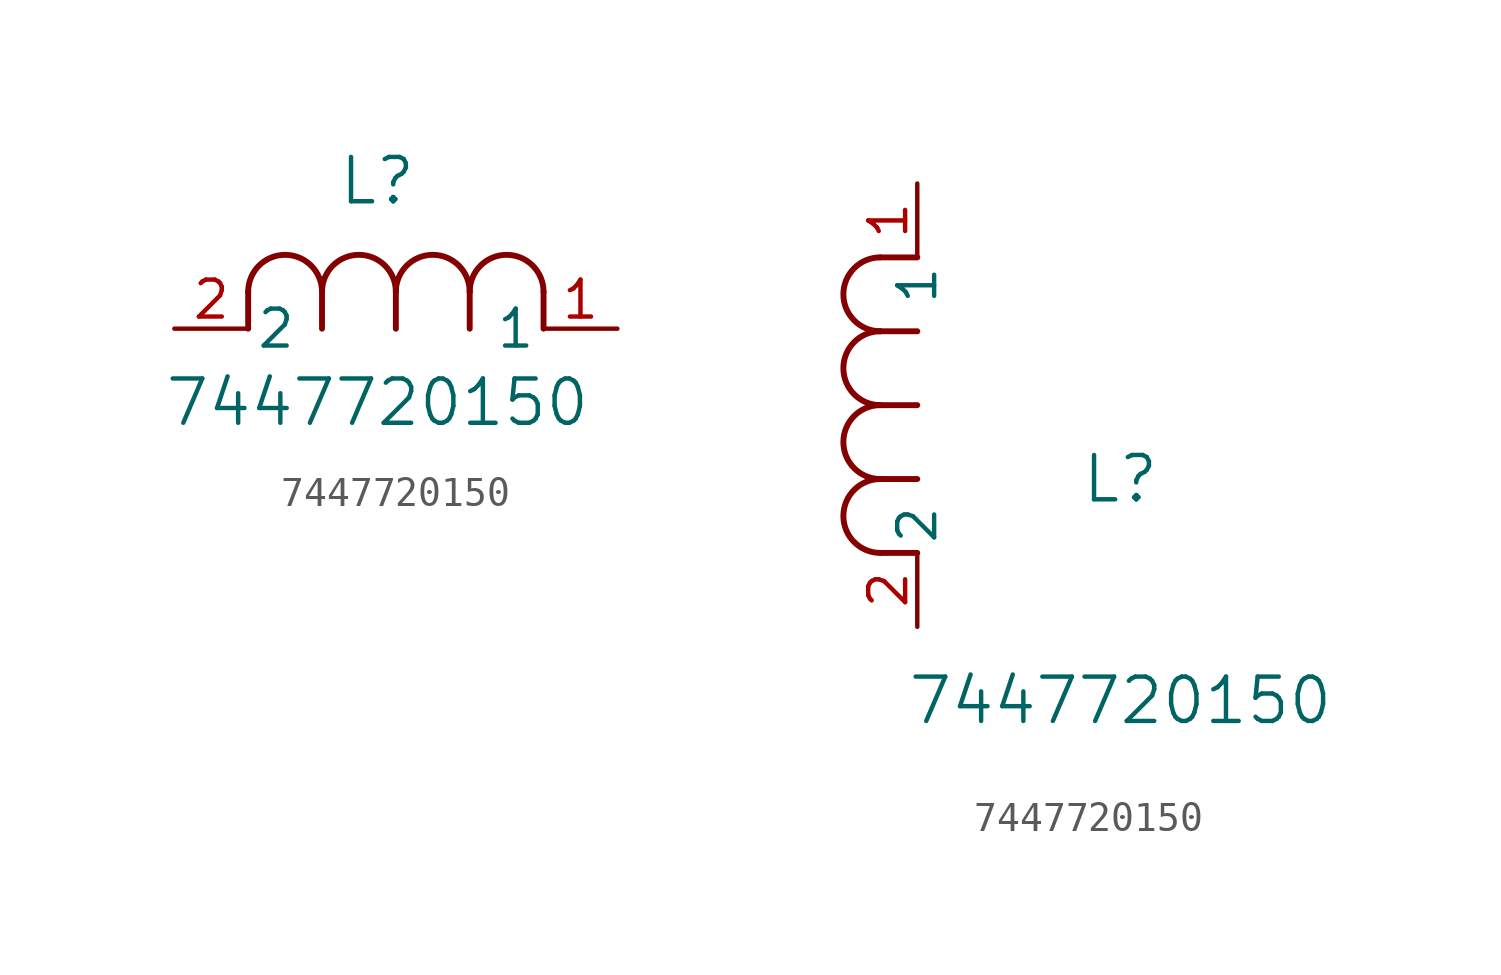
<source format=kicad_sym>
(kicad_symbol_lib
  (version 20211014)
  (generator kicad_symbol_editor)
  (symbol "7447720150"
    (pin_names
      (offset 0.254))
    (property "Reference" "L"
      (at 6.985 5.08 0)
      (effects (font (size 1.524 1.524))))
    (property "Value" "7447720150"
      (at 6.985 -2.54 0)
      (effects (font (size 1.524 1.524))))
    (symbol "7447720150_1_1"
      (arc (start 7.62 1.27) (mid 6.35 2.54) (end 5.08 1.27) (stroke (width 0.2032) (type default) (color 0 0 0 0)) (fill (type none)))
      (polyline (pts (xy 5.08 0) (xy 5.08 1.27)) (stroke (width 0.203) (type default) (color 0 0 0 0)) (fill (type none)))
      (polyline (pts (xy 7.62 0) (xy 7.62 1.27)) (stroke (width 0.203) (type default) (color 0 0 0 0)) (fill (type none)))
      (polyline (pts (xy 12.7 0) (xy 12.7 1.27)) (stroke (width 0.203) (type default) (color 0 0 0 0)) (fill (type none)))
      (arc (start 5.08 1.27) (mid 3.81 2.54) (end 2.54 1.27) (stroke (width 0.2032) (type default) (color 0 0 0 0)) (fill (type none)))
      (arc (start 10.16 1.27) (mid 8.89 2.54) (end 7.62 1.27) (stroke (width 0.2032) (type default) (color 0 0 0 0)) (fill (type none)))
      (arc (start 12.7 1.27) (mid 11.43 2.54) (end 10.16 1.27) (stroke (width 0.2032) (type default) (color 0 0 0 0)) (fill (type none)))
      (polyline (pts (xy 2.54 0) (xy 2.54 1.27)) (stroke (width 0.203) (type default) (color 0 0 0 0)) (fill (type none)))
      (polyline (pts (xy 10.16 0) (xy 10.16 1.27)) (stroke (width 0.203) (type default) (color 0 0 0 0)) (fill (type none)))
      (pin unspecified line (at 0 0 0) (length 2.54) (name "2" (effects (font (size 1.27 1.27)))) (number "2" (effects (font (size 1.27 1.27)))))
      (pin unspecified line (at 15.24 0 180) (length 2.54) (name "1" (effects (font (size 1.27 1.27)))) (number "1" (effects (font (size 1.27 1.27))))))
    (symbol "7447720150_1_2"
      (arc (start -1.27 7.62) (mid -2.54 6.35) (end -1.27 5.08) (stroke (width 0.2032) (type default) (color 0 0 0 0)) (fill (type none)))
      (arc (start -1.27 5.08) (mid -2.54 3.81) (end -1.27 2.54) (stroke (width 0.2032) (type default) (color 0 0 0 0)) (fill (type none)))
      (arc (start -1.27 12.7) (mid -2.54 11.43) (end -1.27 10.16) (stroke (width 0.2032) (type default) (color 0 0 0 0)) (fill (type none)))
      (arc (start -1.27 10.16) (mid -2.54 8.89) (end -1.27 7.62) (stroke (width 0.2032) (type default) (color 0 0 0 0)) (fill (type none)))
      (polyline (pts (xy 0 7.62) (xy -1.27 7.62)) (stroke (width 0.203) (type default) (color 0 0 0 0)) (fill (type none)))
      (polyline (pts (xy 0 5.08) (xy -1.27 5.08)) (stroke (width 0.203) (type default) (color 0 0 0 0)) (fill (type none)))
      (polyline (pts (xy 0 12.7) (xy -1.27 12.7)) (stroke (width 0.203) (type default) (color 0 0 0 0)) (fill (type none)))
      (polyline (pts (xy 0 2.54) (xy -1.27 2.54)) (stroke (width 0.203) (type default) (color 0 0 0 0)) (fill (type none)))
      (polyline (pts (xy 0 10.16) (xy -1.27 10.16)) (stroke (width 0.203) (type default) (color 0 0 0 0)) (fill (type none)))
      (pin unspecified line (at 0 0 90) (length 2.54) (name "2" (effects (font (size 1.27 1.27)))) (number "2" (effects (font (size 1.27 1.27)))))
      (pin unspecified line (at 0 15.24 270) (length 2.54) (name "1" (effects (font (size 1.27 1.27)))) (number "1" (effects (font (size 1.27 1.27))))))))
</source>
